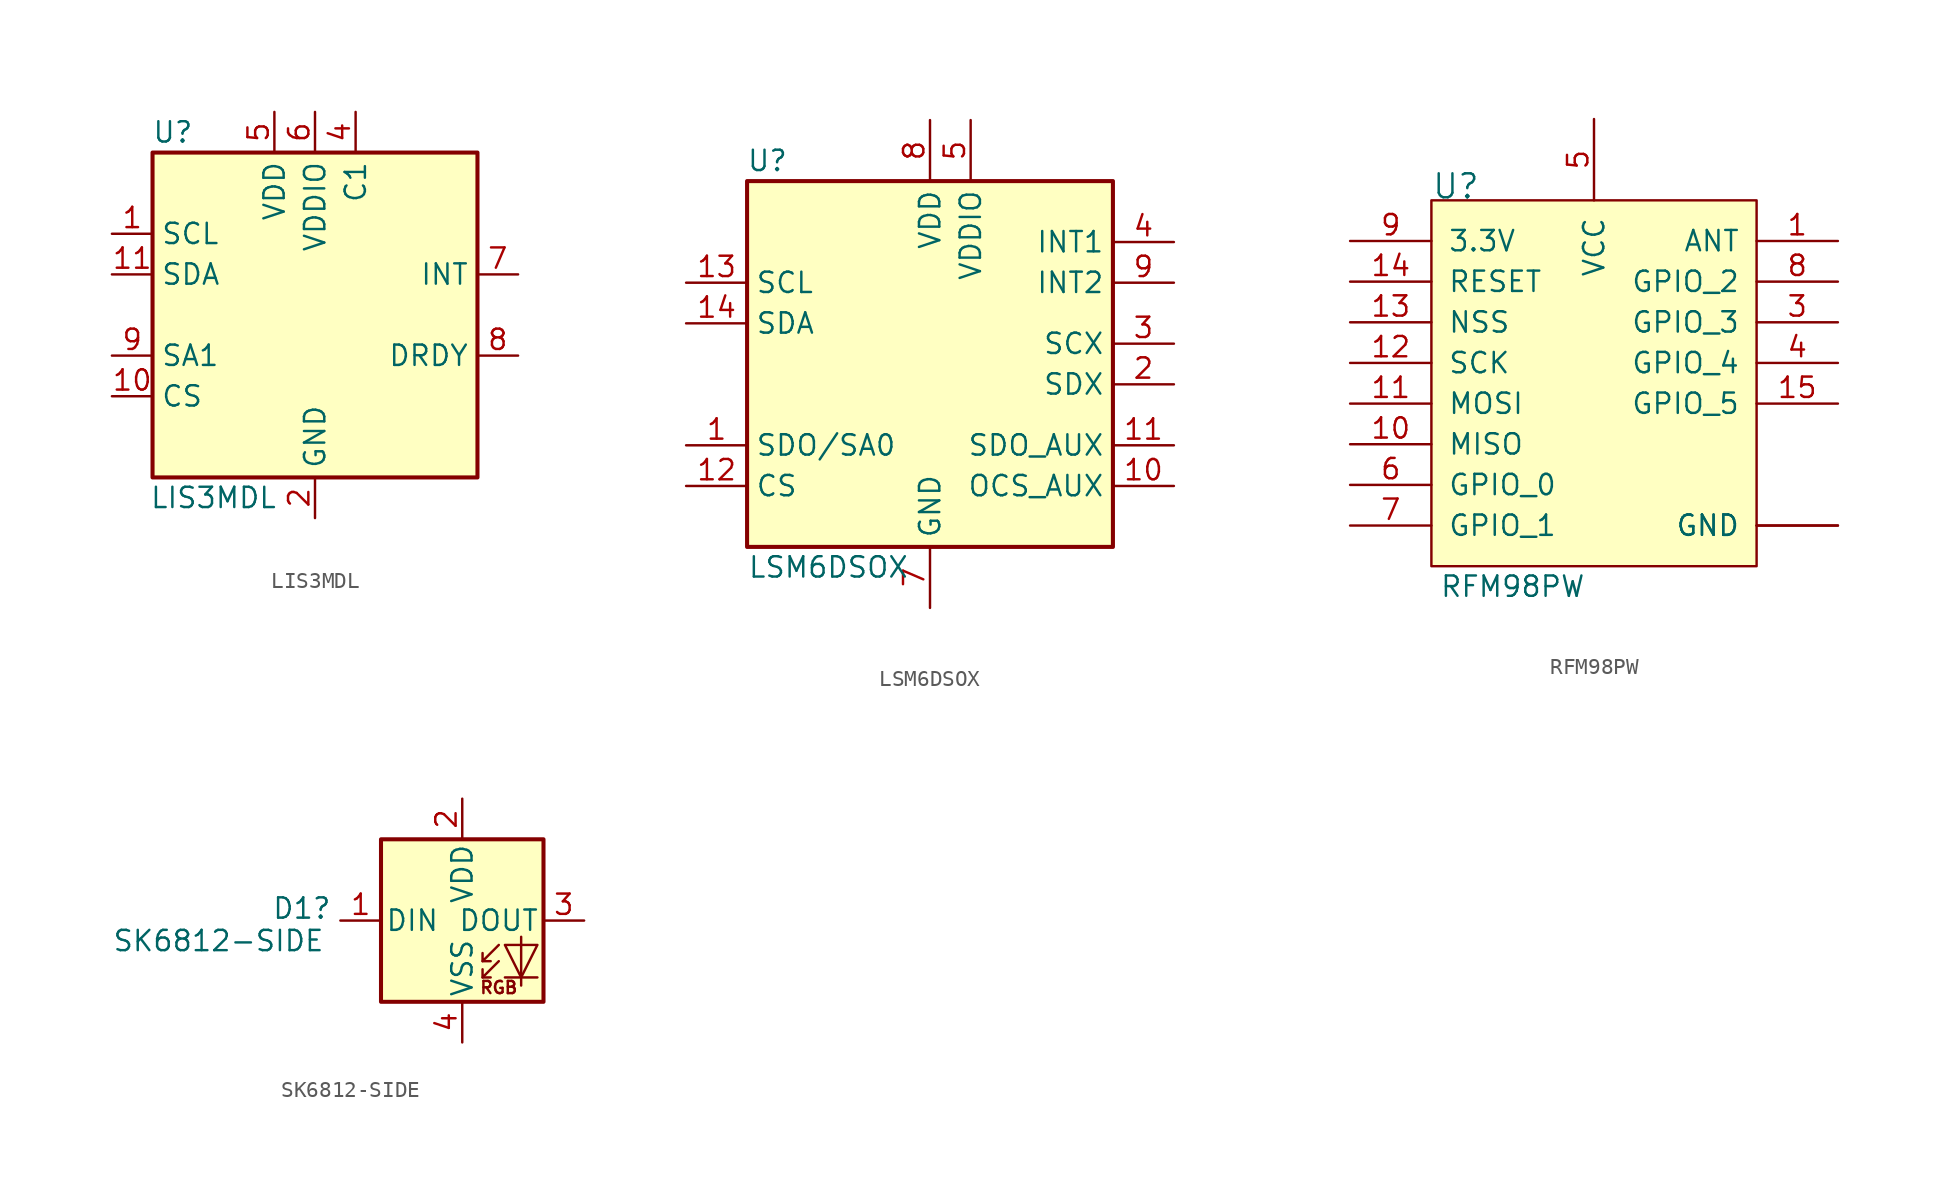
<source format=kicad_sym>
(kicad_symbol_lib
  (version 20220914)
  (generator kicad_symbol_editor)
  (symbol "LIS3MDL"
    (property "Reference" "U"
      (at -8.89 11.43 0)
      (effects (font (size 1.27 1.27))))
    (property "Value" "LIS3MDL"
      (at -6.35 -11.43 0)
      (effects (font (size 1.27 1.27))))
    (symbol "LIS3MDL_0_1"
      (rectangle (start -10.16 10.16) (end 10.16 -10.16) (stroke (width 0.254) (type default)) (fill (type background))))
    (symbol "LIS3MDL_1_1"
      (pin input line (at -12.7 5.08 0) (length 2.54) (name "SCL" (effects (font (size 1.27 1.27)))) (number "1" (effects (font (size 1.27 1.27)))))
      (pin input line (at -12.7 -5.08 0) (length 2.54) (name "CS" (effects (font (size 1.27 1.27)))) (number "10" (effects (font (size 1.27 1.27)))))
      (pin bidirectional line (at -12.7 2.54 0) (length 2.54) (name "SDA" (effects (font (size 1.27 1.27)))) (number "11" (effects (font (size 1.27 1.27)))))
      (pin power_out line (at 0 -12.7 90) (length 2.54) hide (name "GND" (effects (font (size 1.27 1.27)))) (number "12" (effects (font (size 1.27 1.27)))))
      (pin power_out line (at 0 -12.7 90) (length 2.54) (name "GND" (effects (font (size 1.27 1.27)))) (number "2" (effects (font (size 1.27 1.27)))))
      (pin power_out line (at 0 -12.7 90) (length 2.54) hide (name "GND" (effects (font (size 1.27 1.27)))) (number "3" (effects (font (size 1.27 1.27)))))
      (pin passive line (at 2.54 12.7 270) (length 2.54) (name "C1" (effects (font (size 1.27 1.27)))) (number "4" (effects (font (size 1.27 1.27)))))
      (pin power_in line (at -2.54 12.7 270) (length 2.54) (name "VDD" (effects (font (size 1.27 1.27)))) (number "5" (effects (font (size 1.27 1.27)))))
      (pin power_in line (at 0 12.7 270) (length 2.54) (name "VDDIO" (effects (font (size 1.27 1.27)))) (number "6" (effects (font (size 1.27 1.27)))))
      (pin passive line (at 12.7 2.54 180) (length 2.54) (name "INT" (effects (font (size 1.27 1.27)))) (number "7" (effects (font (size 1.27 1.27)))))
      (pin passive line (at 12.7 -2.54 180) (length 2.54) (name "DRDY" (effects (font (size 1.27 1.27)))) (number "8" (effects (font (size 1.27 1.27)))))
      (pin output line (at -12.7 -2.54 0) (length 2.54) (name "SA1" (effects (font (size 1.27 1.27)))) (number "9" (effects (font (size 1.27 1.27)))))))
  (symbol "LSM6DSOX"
    (property "Reference" "U"
      (at -10.16 12.7 0)
      (effects (font (size 1.27 1.27))))
    (property "Value" "LSM6DSOX"
      (at -6.35 -12.7 0)
      (effects (font (size 1.27 1.27))))
    (symbol "LSM6DSOX_0_1"
      (rectangle (start 11.43 11.43) (end -11.43 -11.43) (stroke (width 0.254) (type default)) (fill (type background))))
    (symbol "LSM6DSOX_1_1"
      (pin bidirectional line (at -15.24 -5.08 0) (length 3.81) (name "SDO/SA0" (effects (font (size 1.27 1.27)))) (number "1" (effects (font (size 1.27 1.27)))))
      (pin input line (at 15.24 -7.62 180) (length 3.81) (name "OCS_AUX" (effects (font (size 1.27 1.27)))) (number "10" (effects (font (size 1.27 1.27)))))
      (pin output line (at 15.24 -5.08 180) (length 3.81) (name "SDO_AUX" (effects (font (size 1.27 1.27)))) (number "11" (effects (font (size 1.27 1.27)))))
      (pin input line (at -15.24 -7.62 0) (length 3.81) (name "CS" (effects (font (size 1.27 1.27)))) (number "12" (effects (font (size 1.27 1.27)))))
      (pin input line (at -15.24 5.08 0) (length 3.81) (name "SCL" (effects (font (size 1.27 1.27)))) (number "13" (effects (font (size 1.27 1.27)))))
      (pin bidirectional line (at -15.24 2.54 0) (length 3.81) (name "SDA" (effects (font (size 1.27 1.27)))) (number "14" (effects (font (size 1.27 1.27)))))
      (pin bidirectional line (at 15.24 -1.27 180) (length 3.81) (name "SDX" (effects (font (size 1.27 1.27)))) (number "2" (effects (font (size 1.27 1.27)))))
      (pin input line (at 15.24 1.27 180) (length 3.81) (name "SCX" (effects (font (size 1.27 1.27)))) (number "3" (effects (font (size 1.27 1.27)))))
      (pin output line (at 15.24 7.62 180) (length 3.81) (name "INT1" (effects (font (size 1.27 1.27)))) (number "4" (effects (font (size 1.27 1.27)))))
      (pin power_in line (at 2.54 15.24 270) (length 3.81) (name "VDDIO" (effects (font (size 1.27 1.27)))) (number "5" (effects (font (size 1.27 1.27)))))
      (pin power_in line (at 0 -15.24 90) (length 3.81) hide (name "GND" (effects (font (size 1.27 1.27)))) (number "6" (effects (font (size 1.27 1.27)))))
      (pin power_in line (at 0 -15.24 90) (length 3.81) (name "GND" (effects (font (size 1.27 1.27)))) (number "7" (effects (font (size 1.27 1.27)))))
      (pin power_in line (at 0 15.24 270) (length 3.81) (name "VDD" (effects (font (size 1.27 1.27)))) (number "8" (effects (font (size 1.27 1.27)))))
      (pin output line (at 15.24 5.08 180) (length 3.81) (name "INT2" (effects (font (size 1.27 1.27)))) (number "9" (effects (font (size 1.27 1.27)))))))
  (symbol "RFM98PW"
    (pin_names
      (offset 1.016))
    (property "Reference" "U"
      (at -7.62 10.16 0)
      (effects (font (size 1.499 1.499)) (justify left bottom)))
    (property "Value" "RFM98PW"
      (at -2.54 -13.97 0)
      (effects (font (size 1.27 1.27))))
    (symbol "RFM98PW_0_0"
      (rectangle (start -7.62 10.16) (end 12.7 -12.7) (stroke (width 0) (type default)) (fill (type background)))
      (pin bidirectional line (at 17.78 -10.16 180) (length 5.08) hide (name "GND" (effects (font (size 1.27 1.27)))) (number "17" (effects (font (size 1.27 1.27)))))
      (pin bidirectional line (at 2.54 15.24 270) (length 5.08) (name "VCC" (effects (font (size 1.27 1.27)))) (number "5" (effects (font (size 1.27 1.27))))))
    (symbol "RFM98PW_1_0"
      (pin bidirectional line (at 17.78 7.62 180) (length 5.08) (name "ANT" (effects (font (size 1.27 1.27)))) (number "1" (effects (font (size 1.27 1.27)))))
      (pin bidirectional line (at -12.7 -5.08 0) (length 5.08) (name "MISO" (effects (font (size 1.27 1.27)))) (number "10" (effects (font (size 1.27 1.27)))))
      (pin bidirectional line (at -12.7 -2.54 0) (length 5.08) (name "MOSI" (effects (font (size 1.27 1.27)))) (number "11" (effects (font (size 1.27 1.27)))))
      (pin bidirectional line (at -12.7 0 0) (length 5.08) (name "SCK" (effects (font (size 1.27 1.27)))) (number "12" (effects (font (size 1.27 1.27)))))
      (pin bidirectional line (at -12.7 2.54 0) (length 5.08) (name "NSS" (effects (font (size 1.27 1.27)))) (number "13" (effects (font (size 1.27 1.27)))))
      (pin bidirectional line (at -12.7 5.08 0) (length 5.08) (name "RESET" (effects (font (size 1.27 1.27)))) (number "14" (effects (font (size 1.27 1.27)))))
      (pin bidirectional line (at 17.78 -2.54 180) (length 5.08) (name "GPIO_5" (effects (font (size 1.27 1.27)))) (number "15" (effects (font (size 1.27 1.27)))))
      (pin bidirectional line (at 17.78 -10.16 180) (length 5.08) (name "GND" (effects (font (size 1.27 1.27)))) (number "16" (effects (font (size 0 0)))))
      (pin bidirectional line (at 17.78 -10.16 180) (length 5.08) (name "GND" (effects (font (size 1.27 1.27)))) (number "2" (effects (font (size 0 0)))))
      (pin bidirectional line (at 17.78 2.54 180) (length 5.08) (name "GPIO_3" (effects (font (size 1.27 1.27)))) (number "3" (effects (font (size 1.27 1.27)))))
      (pin bidirectional line (at 17.78 0 180) (length 5.08) (name "GPIO_4" (effects (font (size 1.27 1.27)))) (number "4" (effects (font (size 1.27 1.27)))))
      (pin bidirectional line (at -12.7 -7.62 0) (length 5.08) (name "GPIO_0" (effects (font (size 1.27 1.27)))) (number "6" (effects (font (size 1.27 1.27)))))
      (pin bidirectional line (at -12.7 -10.16 0) (length 5.08) (name "GPIO_1" (effects (font (size 1.27 1.27)))) (number "7" (effects (font (size 1.27 1.27)))))
      (pin bidirectional line (at 17.78 5.08 180) (length 5.08) (name "GPIO_2" (effects (font (size 1.27 1.27)))) (number "8" (effects (font (size 1.27 1.27)))))
      (pin power_in line (at -12.7 7.62 0) (length 5.08) (name "3.3V" (effects (font (size 1.27 1.27)))) (number "9" (effects (font (size 1.27 1.27)))))))
  (symbol "SK6812-SIDE"
    (pin_names
      (offset 0.254))
    (property "Reference" "D1"
      (at -10.033 0.762 0)
      (effects (font (size 1.27 1.27))))
    (property "Value" "SK6812-SIDE"
      (at -15.24 -1.27 0)
      (effects (font (size 1.27 1.27))))
    (symbol "SK6812-SIDE_0_0"
      (text "RGB" (at 2.286 -4.191 0) (effects (font (size 0.762 0.762)))))
    (symbol "SK6812-SIDE_0_1"
      (polyline (pts (xy 1.27 -3.556) (xy 1.778 -3.556)) (stroke (width 0) (type default)) (fill (type none)))
      (polyline (pts (xy 1.27 -2.54) (xy 1.778 -2.54)) (stroke (width 0) (type default)) (fill (type none)))
      (polyline (pts (xy 4.699 -3.556) (xy 2.667 -3.556)) (stroke (width 0) (type default)) (fill (type none)))
      (polyline (pts (xy 2.286 -2.54) (xy 1.27 -3.556) (xy 1.27 -3.048)) (stroke (width 0) (type default)) (fill (type none)))
      (polyline (pts (xy 2.286 -1.524) (xy 1.27 -2.54) (xy 1.27 -2.032)) (stroke (width 0) (type default)) (fill (type none)))
      (polyline (pts (xy 3.683 -1.016) (xy 3.683 -3.556) (xy 3.683 -4.064)) (stroke (width 0) (type default)) (fill (type none)))
      (polyline (pts (xy 4.699 -1.524) (xy 2.667 -1.524) (xy 3.683 -3.556) (xy 4.699 -1.524)) (stroke (width 0) (type default)) (fill (type none)))
      (rectangle (start 5.08 5.08) (end -5.08 -5.08) (stroke (width 0.254) (type default)) (fill (type background))))
    (symbol "SK6812-SIDE_1_1"
      (pin input line (at -7.62 0 0) (length 2.54) (name "DIN" (effects (font (size 1.27 1.27)))) (number "1" (effects (font (size 1.27 1.27)))))
      (pin power_in line (at 0 7.62 270) (length 2.54) (name "VDD" (effects (font (size 1.27 1.27)))) (number "2" (effects (font (size 1.27 1.27)))))
      (pin output line (at 7.62 0 180) (length 2.54) (name "DOUT" (effects (font (size 1.27 1.27)))) (number "3" (effects (font (size 1.27 1.27)))))
      (pin power_in line (at 0 -7.62 90) (length 2.54) (name "VSS" (effects (font (size 1.27 1.27)))) (number "4" (effects (font (size 1.27 1.27))))))))
</source>
